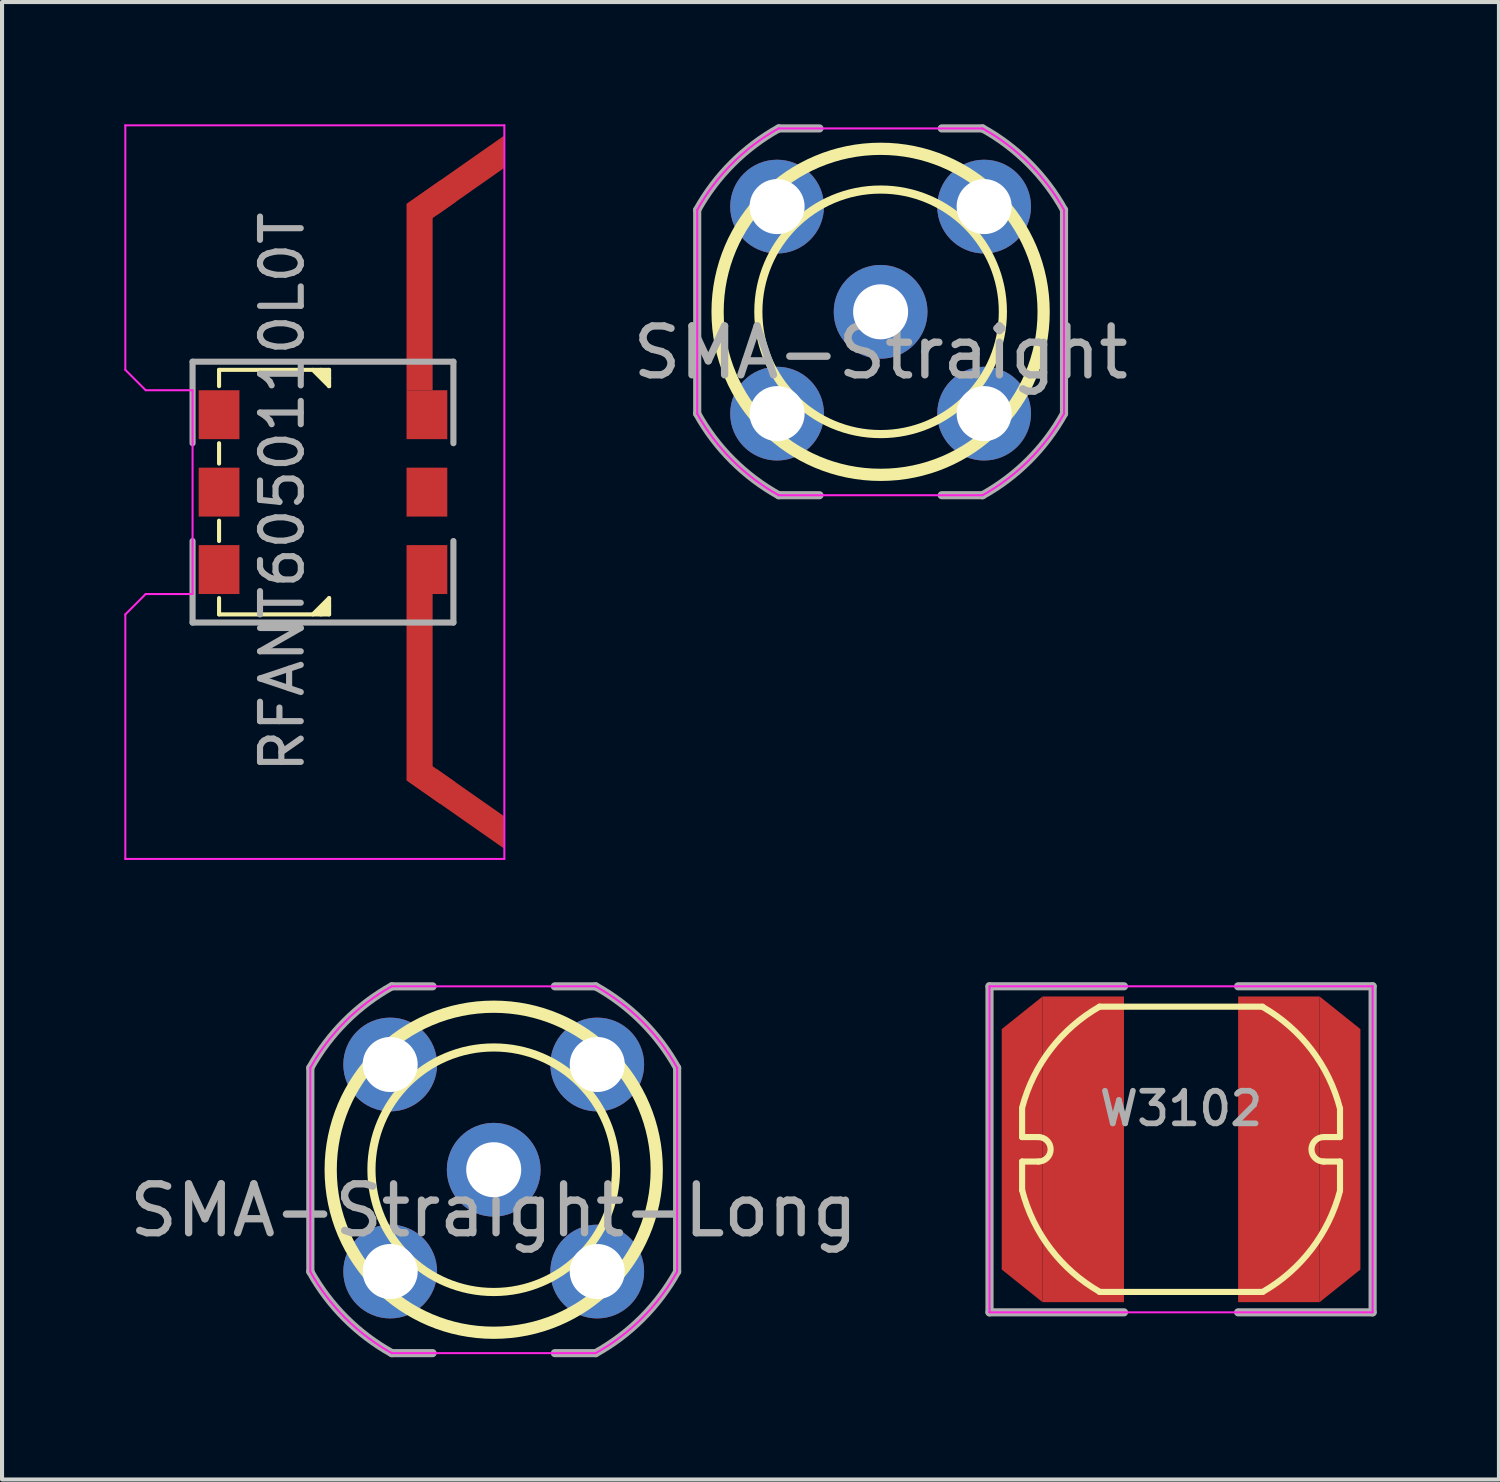
<source format=kicad_pcb>
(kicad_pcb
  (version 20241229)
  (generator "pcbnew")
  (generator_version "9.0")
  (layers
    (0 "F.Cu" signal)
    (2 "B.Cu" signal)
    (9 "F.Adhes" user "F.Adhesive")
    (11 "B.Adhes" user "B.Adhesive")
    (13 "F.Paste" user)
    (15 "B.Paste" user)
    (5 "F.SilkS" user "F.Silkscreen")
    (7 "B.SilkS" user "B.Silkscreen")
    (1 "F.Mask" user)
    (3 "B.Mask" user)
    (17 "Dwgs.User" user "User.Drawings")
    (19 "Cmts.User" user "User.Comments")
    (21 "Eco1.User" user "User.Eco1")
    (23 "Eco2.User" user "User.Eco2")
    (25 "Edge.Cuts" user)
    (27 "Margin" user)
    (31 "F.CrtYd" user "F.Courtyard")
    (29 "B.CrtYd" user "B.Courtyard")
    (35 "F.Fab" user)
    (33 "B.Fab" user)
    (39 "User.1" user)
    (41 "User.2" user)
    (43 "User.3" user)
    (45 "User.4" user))
  (footprint "SMA-Straight-Long"
    (layer "F.Cu")
    (at 9.064 25.651)
    (property "Reference" "SMA-Straight-Long" (at 0 1 0) (layer "F.Fab") (effects (font (size 1.2 1.2) (thickness 0.18))))
    (attr through_hole)
    (fp_circle (center 0 0) (end 3 0) (stroke (width 0.2) (type solid)) (fill no) (layer "F.SilkS"))
    (fp_circle (center 0 0) (end 4 0) (stroke (width 0.3) (type solid)) (fill no) (layer "F.SilkS"))
    (fp_line (start -4.5 -2.5) (end -4.5 2.5) (stroke (width 0.05) (type solid)) (layer "F.CrtYd"))
    (fp_line (start -2.5 -4.5) (end 2.5 -4.5) (stroke (width 0.05) (type solid)) (layer "F.CrtYd"))
    (fp_line (start -2.5 4.5) (end 2.5 4.5) (stroke (width 0.05) (type solid)) (layer "F.CrtYd"))
    (fp_line (start 4.5 -2.5) (end 4.5 2.5) (stroke (width 0.05) (type solid)) (layer "F.CrtYd"))
    (fp_arc (start -4.5004 -2.5) (mid -3.640346 -3.640485) (end -2.499999 -4.500723) (stroke (width 0.05) (type solid)) (layer "F.CrtYd"))
    (fp_arc (start -2.5 4.5004) (mid -3.640485 3.640346) (end -4.500723 2.499999) (stroke (width 0.05) (type solid)) (layer "F.CrtYd"))
    (fp_arc (start 2.5 -4.5004) (mid 3.640485 -3.640346) (end 4.500723 -2.499999) (stroke (width 0.05) (type solid)) (layer "F.CrtYd"))
    (fp_arc (start 4.5004 2.5) (mid 3.640346 3.640485) (end 2.499999 4.500723) (stroke (width 0.05) (type solid)) (layer "F.CrtYd"))
    (fp_line (start -4.5 -2.5) (end -4.5 2.5) (stroke (width 0.2) (type solid)) (layer "F.Fab"))
    (fp_line (start -2.5 -4.5) (end -1.5 -4.5) (stroke (width 0.2) (type solid)) (layer "F.Fab"))
    (fp_line (start -2.5 4.5) (end -1.5 4.5) (stroke (width 0.2) (type solid)) (layer "F.Fab"))
    (fp_line (start 1.5 -4.5) (end 2.5 -4.5) (stroke (width 0.2) (type solid)) (layer "F.Fab"))
    (fp_line (start 1.5 4.5) (end 2.5 4.5) (stroke (width 0.2) (type solid)) (layer "F.Fab"))
    (fp_line (start 4.5 -2.5) (end 4.5 2.5) (stroke (width 0.2) (type solid)) (layer "F.Fab"))
    (fp_arc (start -4.5004 -2.5) (mid -3.640346 -3.640485) (end -2.499999 -4.500723) (stroke (width 0.2) (type solid)) (layer "F.Fab"))
    (fp_arc (start -2.499276 4.5004) (mid -3.639761 3.640346) (end -4.499999 2.499999) (stroke (width 0.2) (type solid)) (layer "F.Fab"))
    (fp_arc (start 2.5 -4.5004) (mid 3.640485 -3.640346) (end 4.500723 -2.499999) (stroke (width 0.2) (type solid)) (layer "F.Fab"))
    (fp_arc (start 4.5004 2.5) (mid 3.640346 3.640485) (end 2.499999 4.500723) (stroke (width 0.2) (type solid)) (layer "F.Fab"))
    (pad "1" thru_hole circle (at 0 0) (size 2.3 2.3) (drill 1.35) (layers "*.Cu" "*.Mask"))
    (pad "2" thru_hole circle (at -2.54 -2.582) (size 2.3 2.3) (drill 1.35) (layers "*.Cu" "*.Mask"))
    (pad "2" thru_hole circle (at -2.54 2.498) (size 2.3 2.3) (drill 1.35) (layers "*.Cu" "*.Mask"))
    (pad "2" thru_hole circle (at 2.54 -2.582) (size 2.3 2.3) (drill 1.35) (layers "*.Cu" "*.Mask"))
    (pad "2" thru_hole circle (at 2.54 2.498) (size 2.3 2.3) (drill 1.35) (layers "*.Cu" "*.Mask")))
  (footprint "SMA-Straight"
    (layer "F.Cu")
    (at 18.557 4.601)
    (property "Reference" "SMA-Straight" (at 0 1 0) (layer "F.Fab") (effects (font (size 1.2 1.2) (thickness 0.18))))
    (attr through_hole)
    (fp_circle (center 0 0) (end 3 0) (stroke (width 0.2) (type solid)) (fill no) (layer "F.SilkS"))
    (fp_circle (center 0 0) (end 4 0) (stroke (width 0.3) (type solid)) (fill no) (layer "F.SilkS"))
    (fp_line (start -4.5 -2.5) (end -4.5 2.5) (stroke (width 0.05) (type solid)) (layer "F.CrtYd"))
    (fp_line (start -2.5 -4.5) (end 2.5 -4.5) (stroke (width 0.05) (type solid)) (layer "F.CrtYd"))
    (fp_line (start -2.5 4.5) (end 2.5 4.5) (stroke (width 0.05) (type solid)) (layer "F.CrtYd"))
    (fp_line (start 4.5 -2.5) (end 4.5 2.5) (stroke (width 0.05) (type solid)) (layer "F.CrtYd"))
    (fp_arc (start -4.5004 -2.5) (mid -3.640346 -3.640485) (end -2.499999 -4.500723) (stroke (width 0.05) (type solid)) (layer "F.CrtYd"))
    (fp_arc (start -2.5 4.5004) (mid -3.640485 3.640346) (end -4.500723 2.499999) (stroke (width 0.05) (type solid)) (layer "F.CrtYd"))
    (fp_arc (start 2.5 -4.5004) (mid 3.640485 -3.640346) (end 4.500723 -2.499999) (stroke (width 0.05) (type solid)) (layer "F.CrtYd"))
    (fp_arc (start 4.5004 2.5) (mid 3.640346 3.640485) (end 2.499999 4.500723) (stroke (width 0.05) (type solid)) (layer "F.CrtYd"))
    (fp_line (start -4.5 -2.5) (end -4.5 2.5) (stroke (width 0.2) (type solid)) (layer "F.Fab"))
    (fp_line (start -2.5 -4.5) (end -1.5 -4.5) (stroke (width 0.2) (type solid)) (layer "F.Fab"))
    (fp_line (start -2.5 4.5) (end -1.5 4.5) (stroke (width 0.2) (type solid)) (layer "F.Fab"))
    (fp_line (start 1.5 -4.5) (end 2.5 -4.5) (stroke (width 0.2) (type solid)) (layer "F.Fab"))
    (fp_line (start 1.5 4.5) (end 2.5 4.5) (stroke (width 0.2) (type solid)) (layer "F.Fab"))
    (fp_line (start 4.5 -2.5) (end 4.5 2.5) (stroke (width 0.2) (type solid)) (layer "F.Fab"))
    (fp_arc (start -4.5004 -2.5) (mid -3.640346 -3.640485) (end -2.499999 -4.500723) (stroke (width 0.2) (type solid)) (layer "F.Fab"))
    (fp_arc (start -2.499276 4.5004) (mid -3.639761 3.640346) (end -4.499999 2.499999) (stroke (width 0.2) (type solid)) (layer "F.Fab"))
    (fp_arc (start 2.5 -4.5004) (mid 3.640485 -3.640346) (end 4.500723 -2.499999) (stroke (width 0.2) (type solid)) (layer "F.Fab"))
    (fp_arc (start 4.5004 2.5) (mid 3.640346 3.640485) (end 2.499999 4.500723) (stroke (width 0.2) (type solid)) (layer "F.Fab"))
    (pad "1" thru_hole circle (at 0 0) (size 2.3 2.3) (drill 1.35) (layers "*.Cu" "*.Mask"))
    (pad "2" thru_hole circle (at -2.54 -2.582) (size 2.3 2.3) (drill 1.35) (layers "*.Cu" "*.Mask"))
    (pad "2" thru_hole circle (at -2.54 2.498) (size 2.3 2.3) (drill 1.35) (layers "*.Cu" "*.Mask"))
    (pad "2" thru_hole circle (at 2.54 -2.582) (size 2.3 2.3) (drill 1.35) (layers "*.Cu" "*.Mask"))
    (pad "2" thru_hole circle (at 2.54 2.498) (size 2.3 2.3) (drill 1.35) (layers "*.Cu" "*.Mask")))
  (footprint "W3102"
    (layer "F.Cu")
    (at 25.929 25.15)
    (property "Reference" "W3102" (at 0 -1 180) (layer "F.Fab") (effects (font (size 0.8 0.8) (thickness 0.14))))
    (attr through_hole)
    (fp_line (start -3.9 -0.3) (end -3.9 -1) (stroke (width 0.15) (type solid)) (layer "F.SilkS"))
    (fp_line (start -3.9 1) (end -3.9 0.3) (stroke (width 0.15) (type solid)) (layer "F.SilkS"))
    (fp_line (start -3.5 -0.3) (end -3.9 -0.3) (stroke (width 0.15) (type solid)) (layer "F.SilkS"))
    (fp_line (start -3.5 0.3) (end -3.9 0.3) (stroke (width 0.15) (type solid)) (layer "F.SilkS"))
    (fp_line (start 2 -3.5) (end -2 -3.5) (stroke (width 0.15) (type solid)) (layer "F.SilkS"))
    (fp_line (start 2 3.5) (end -2 3.5) (stroke (width 0.15) (type solid)) (layer "F.SilkS"))
    (fp_line (start 3.5 -0.3) (end 3.9 -0.3) (stroke (width 0.15) (type solid)) (layer "F.SilkS"))
    (fp_line (start 3.5 0.3) (end 3.9 0.3) (stroke (width 0.15) (type solid)) (layer "F.SilkS"))
    (fp_line (start 3.9 -1) (end 3.9 -0.3) (stroke (width 0.15) (type solid)) (layer "F.SilkS"))
    (fp_line (start 3.9 0.3) (end 3.9 1) (stroke (width 0.15) (type solid)) (layer "F.SilkS"))
    (fp_arc (start -3.898401 -1.025895) (mid -3.198137 -2.453958) (end -1.999999 -3.499999) (stroke (width 0.15) (type solid)) (layer "F.SilkS"))
    (fp_arc (start -3.5 -0.3) (mid -3.2 0) (end -3.5 0.3) (stroke (width 0.15) (type solid)) (layer "F.SilkS"))
    (fp_arc (start -1.997537 3.495688) (mid -3.201929 2.440828) (end -3.899999 0.999999) (stroke (width 0.15) (type solid)) (layer "F.SilkS"))
    (fp_arc (start 1.997537 -3.495688) (mid 3.201929 -2.440828) (end 3.899999 -0.999999) (stroke (width 0.15) (type solid)) (layer "F.SilkS"))
    (fp_arc (start 3.5 0.3) (mid 3.2 0) (end 3.5 -0.3) (stroke (width 0.15) (type solid)) (layer "F.SilkS"))
    (fp_arc (start 3.898401 1.025895) (mid 3.198137 2.453958) (end 1.999999 3.499999) (stroke (width 0.15) (type solid)) (layer "F.SilkS"))
    (fp_line (start -4.7 -4) (end -4.7 4) (stroke (width 0.05) (type solid)) (layer "F.CrtYd"))
    (fp_line (start -4.7 4) (end 4.7 4) (stroke (width 0.05) (type solid)) (layer "F.CrtYd"))
    (fp_line (start 4.7 -4) (end -4.7 -4) (stroke (width 0.05) (type solid)) (layer "F.CrtYd"))
    (fp_line (start 4.7 4) (end 4.7 -4) (stroke (width 0.05) (type solid)) (layer "F.CrtYd"))
    (fp_line (start -4.7 -4) (end -1.4 -4) (stroke (width 0.2) (type solid)) (layer "F.Fab"))
    (fp_line (start -4.7 4) (end -4.7 -4) (stroke (width 0.2) (type solid)) (layer "F.Fab"))
    (fp_line (start -4.7 4) (end -1.4 4) (stroke (width 0.2) (type solid)) (layer "F.Fab"))
    (fp_line (start 1.4 -4) (end 4.7 -4) (stroke (width 0.2) (type solid)) (layer "F.Fab"))
    (fp_line (start 1.4 4) (end 4.7 4) (stroke (width 0.2) (type solid)) (layer "F.Fab"))
    (fp_line (start 4.7 4) (end 4.7 -4) (stroke (width 0.2) (type solid)) (layer "F.Fab"))
    (pad "1" smd trapezoid (at -3.9 0 90) (size 6.7 1) (rect_delta 0 0.8) (layers "F.Cu" "F.Mask" "F.Paste"))
    (pad "1" smd rect (at -2.4 0 90) (size 7.5 2) (layers "F.Cu" "F.Mask" "F.Paste"))
    (pad "2" smd rect (at 2.4 0 270) (size 7.5 2) (layers "F.Cu" "F.Mask" "F.Paste"))
    (pad "2" smd trapezoid (at 3.9 0 270) (size 6.7 1) (rect_delta 0 0.8) (layers "F.Cu" "F.Mask" "F.Paste")))
  (footprint "RFANT6050110L0T"
    (layer "F.Cu")
    (at 4.875 9.025)
    (property "Reference" "RFANT6050110L0T" (at -1 0 270) (layer "F.Fab") (effects (font (size 1 1) (thickness 0.15))))
    (attr through_hole)
    (fp_line (start -2.55 -3) (end -2.55 -2.6) (stroke (width 0.1) (type solid)) (layer "F.SilkS"))
    (fp_line (start -2.55 -3) (end 0.15 -3) (stroke (width 0.1) (type solid)) (layer "F.SilkS"))
    (fp_line (start -2.55 -0.7) (end -2.55 -1.2) (stroke (width 0.1) (type solid)) (layer "F.SilkS"))
    (fp_line (start -2.55 0.7) (end -2.55 1.2) (stroke (width 0.1) (type solid)) (layer "F.SilkS"))
    (fp_line (start -2.55 2.6) (end -2.55 3) (stroke (width 0.1) (type solid)) (layer "F.SilkS"))
    (fp_line (start -2.55 3) (end 0.15 3) (stroke (width 0.1) (type solid)) (layer "F.SilkS"))
    (fp_line (start -0.05 -2.95) (end 0.1 -2.8) (stroke (width 0.2) (type solid)) (layer "F.SilkS"))
    (fp_line (start 0.05 2.9) (end 0.1 2.95) (stroke (width 0.1) (type solid)) (layer "F.SilkS"))
    (fp_line (start 0.1 -2.95) (end 0.05 -2.9) (stroke (width 0.1) (type solid)) (layer "F.SilkS"))
    (fp_line (start 0.1 2.8) (end -0.05 2.95) (stroke (width 0.2) (type solid)) (layer "F.SilkS"))
    (fp_line (start 0.15 -3) (end 0.15 -2.6) (stroke (width 0.1) (type solid)) (layer "F.SilkS"))
    (fp_line (start 0.15 -2.6) (end -0.25 -3) (stroke (width 0.1) (type solid)) (layer "F.SilkS"))
    (fp_line (start 0.15 2.6) (end -0.25 3) (stroke (width 0.1) (type solid)) (layer "F.SilkS"))
    (fp_line (start 0.15 3) (end 0.15 2.6) (stroke (width 0.1) (type solid)) (layer "F.SilkS"))
    (fp_line (start -4.85 -9) (end 4.45 -9) (stroke (width 0.05) (type solid)) (layer "F.CrtYd"))
    (fp_line (start -4.85 -3) (end -4.85 -9) (stroke (width 0.05) (type solid)) (layer "F.CrtYd"))
    (fp_line (start -4.85 3) (end -4.35 2.5) (stroke (width 0.05) (type solid)) (layer "F.CrtYd"))
    (fp_line (start -4.85 9) (end -4.85 3) (stroke (width 0.05) (type solid)) (layer "F.CrtYd"))
    (fp_line (start -4.85 9) (end 4.45 9) (stroke (width 0.05) (type solid)) (layer "F.CrtYd"))
    (fp_line (start -4.35 -2.5) (end -4.85 -3) (stroke (width 0.05) (type solid)) (layer "F.CrtYd"))
    (fp_line (start -4.35 2.5) (end -3.2 2.5) (stroke (width 0.05) (type solid)) (layer "F.CrtYd"))
    (fp_line (start -3.2 -2.5) (end -4.35 -2.5) (stroke (width 0.05) (type solid)) (layer "F.CrtYd"))
    (fp_line (start -3.2 2.5) (end -3.2 -2.5) (stroke (width 0.05) (type solid)) (layer "F.CrtYd"))
    (fp_line (start 4.45 9) (end 4.45 -9) (stroke (width 0.05) (type solid)) (layer "F.CrtYd"))
    (fp_line (start -3.2 -3.2) (end 3.2 -3.2) (stroke (width 0.15) (type solid)) (layer "F.Fab"))
    (fp_line (start -3.2 -1.2) (end -3.2 -3.2) (stroke (width 0.15) (type solid)) (layer "F.Fab"))
    (fp_line (start -3.2 3.2) (end -3.2 1.2) (stroke (width 0.15) (type solid)) (layer "F.Fab"))
    (fp_line (start -3.2 3.2) (end 3.2 3.2) (stroke (width 0.15) (type solid)) (layer "F.Fab"))
    (fp_line (start 3.2 -3.2) (end 3.2 -1.2) (stroke (width 0.15) (type solid)) (layer "F.Fab"))
    (fp_line (start 3.2 3.2) (end 3.2 1.2) (stroke (width 0.15) (type solid)) (layer "F.Fab"))
    (pad "1" smd trapezoid (at -2.55 0) (size 1 1.2) (layers "F.Cu" "F.Mask" "F.Paste"))
    (pad "2" smd trapezoid (at -2.55 -1.9) (size 1 1.2) (layers "F.Cu" "F.Mask" "F.Paste"))
    (pad "2" smd trapezoid (at -2.55 1.9) (size 1 1.2) (layers "F.Cu" "F.Mask" "F.Paste"))
    (pad "3" smd rect (at 2.37 4.785) (size 0.64 4.57) (layers "F.Cu"))
    (pad "3" smd trapezoid (at 2.55 1.9) (size 1 1.2) (layers "F.Cu" "F.Mask" "F.Paste"))
    (pad "3" smd custom (at 2.65 7.095 325) (size 1 0.65) (layers "F.Cu") (options (anchor rect)) (primitives))
    (pad "3" smd trapezoid (at 3.43 7.64 325) (size 2.46 0.65) (rect_delta 0 0.456) (layers "F.Cu"))
    (pad "4" smd trapezoid (at 2.55 0) (size 1 1.2) (layers "F.Cu" "F.Mask" "F.Paste"))
    (pad "5" smd rect (at 2.37 -4.785) (size 0.64 4.57) (layers "F.Cu"))
    (pad "5" smd trapezoid (at 2.55 -1.9) (size 1 1.2) (layers "F.Cu" "F.Mask" "F.Paste"))
    (pad "5" smd custom (at 2.66 -7.1 35) (size 1 0.65) (layers "F.Cu") (options (anchor rect)) (primitives))
    (pad "5" smd trapezoid (at 3.43 -7.64 215) (size 2.46 0.65) (rect_delta 0 0.456) (layers "F.Cu")))
  (gr_rect
    (start -3 -3)
    (end 33.729 33.251)
    (stroke (width 0.1) (type default))
    (fill no)
    (layer "Edge.Cuts")))
</source>
